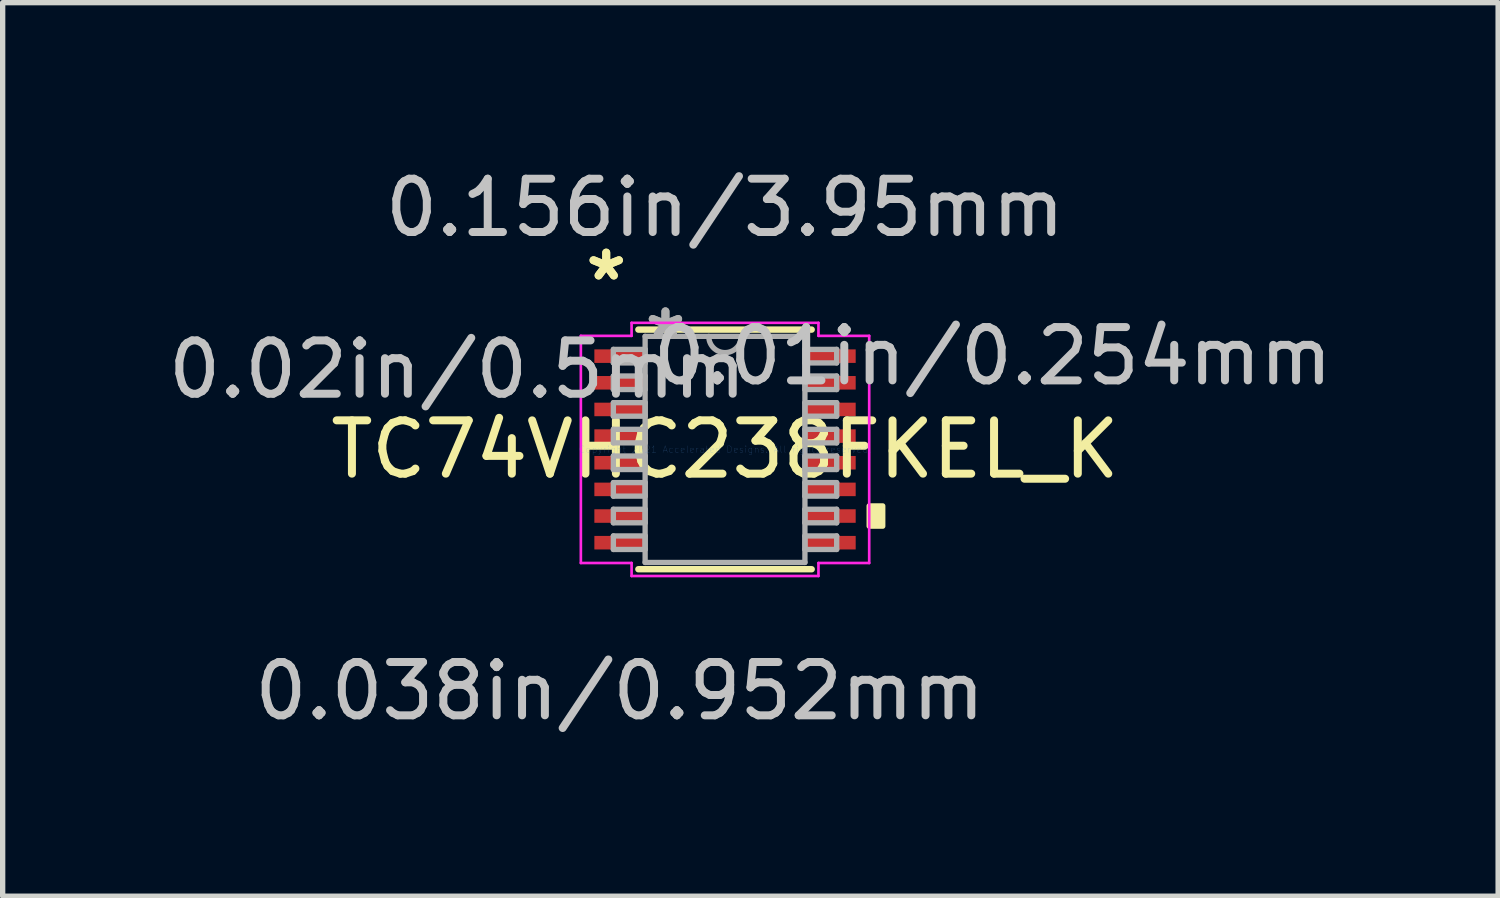
<source format=kicad_pcb>
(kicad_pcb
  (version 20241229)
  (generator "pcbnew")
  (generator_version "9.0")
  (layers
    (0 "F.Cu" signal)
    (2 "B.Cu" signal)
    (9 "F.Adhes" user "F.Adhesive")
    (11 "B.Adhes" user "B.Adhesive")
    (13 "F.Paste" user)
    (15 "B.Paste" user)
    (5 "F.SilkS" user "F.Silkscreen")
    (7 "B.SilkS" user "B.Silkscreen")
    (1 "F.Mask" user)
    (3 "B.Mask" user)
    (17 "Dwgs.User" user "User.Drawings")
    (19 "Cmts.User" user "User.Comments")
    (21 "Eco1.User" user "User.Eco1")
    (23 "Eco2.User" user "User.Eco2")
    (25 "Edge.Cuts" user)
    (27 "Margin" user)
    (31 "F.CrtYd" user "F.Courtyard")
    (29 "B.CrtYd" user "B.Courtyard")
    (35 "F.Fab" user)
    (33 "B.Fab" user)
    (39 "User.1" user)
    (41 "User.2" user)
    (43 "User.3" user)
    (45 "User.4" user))
  (footprint "TC74VHC238FKEL_K"
    (layer "F.Cu")
    (at 10.553 5.382)
    (property "Reference" "TC74VHC238FKEL_K" (at 0 0 0) (layer "F.SilkS") (effects (font (size 1 1) (thickness 0.15))))
    (attr through_hole)
    (fp_line (start -1.626 2.248) (end 1.626 2.248) (stroke (width 0.12) (type solid)) (layer "F.SilkS"))
    (fp_line (start 1.626 -2.248) (end -1.626 -2.248) (stroke (width 0.12) (type solid)) (layer "F.SilkS"))
    (fp_poly (pts (xy 2.959 1.06) (xy 2.959 1.44) (xy 2.705 1.44) (xy 2.705 1.06)) (stroke (width 0.1) (type solid)) (fill yes) (layer "F.SilkS"))
    (fp_line (start -2.705 -2.131) (end -1.753 -2.131) (stroke (width 0.05) (type solid)) (layer "F.CrtYd"))
    (fp_line (start -2.705 2.131) (end -2.705 -2.131) (stroke (width 0.05) (type solid)) (layer "F.CrtYd"))
    (fp_line (start -1.753 -2.375) (end 1.753 -2.375) (stroke (width 0.05) (type solid)) (layer "F.CrtYd"))
    (fp_line (start -1.753 -2.131) (end -1.753 -2.375) (stroke (width 0.05) (type solid)) (layer "F.CrtYd"))
    (fp_line (start -1.753 2.131) (end -2.705 2.131) (stroke (width 0.05) (type solid)) (layer "F.CrtYd"))
    (fp_line (start -1.753 2.375) (end -1.753 2.131) (stroke (width 0.05) (type solid)) (layer "F.CrtYd"))
    (fp_line (start 1.753 -2.375) (end 1.753 -2.131) (stroke (width 0.05) (type solid)) (layer "F.CrtYd"))
    (fp_line (start 1.753 -2.131) (end 2.705 -2.131) (stroke (width 0.05) (type solid)) (layer "F.CrtYd"))
    (fp_line (start 1.753 2.131) (end 1.753 2.375) (stroke (width 0.05) (type solid)) (layer "F.CrtYd"))
    (fp_line (start 1.753 2.375) (end -1.753 2.375) (stroke (width 0.05) (type solid)) (layer "F.CrtYd"))
    (fp_line (start 2.705 -2.131) (end 2.705 2.131) (stroke (width 0.05) (type solid)) (layer "F.CrtYd"))
    (fp_line (start 2.705 2.131) (end 1.753 2.131) (stroke (width 0.05) (type solid)) (layer "F.CrtYd"))
    (fp_line (start -2.095 -1.877) (end -2.095 -1.623) (stroke (width 0.1) (type solid)) (layer "F.Fab"))
    (fp_line (start -2.095 -1.623) (end -1.499 -1.623) (stroke (width 0.1) (type solid)) (layer "F.Fab"))
    (fp_line (start -2.095 -1.377) (end -2.095 -1.123) (stroke (width 0.1) (type solid)) (layer "F.Fab"))
    (fp_line (start -2.095 -1.123) (end -1.499 -1.123) (stroke (width 0.1) (type solid)) (layer "F.Fab"))
    (fp_line (start -2.095 -0.877) (end -2.095 -0.623) (stroke (width 0.1) (type solid)) (layer "F.Fab"))
    (fp_line (start -2.095 -0.623) (end -1.499 -0.623) (stroke (width 0.1) (type solid)) (layer "F.Fab"))
    (fp_line (start -2.095 -0.377) (end -2.095 -0.123) (stroke (width 0.1) (type solid)) (layer "F.Fab"))
    (fp_line (start -2.095 -0.123) (end -1.499 -0.123) (stroke (width 0.1) (type solid)) (layer "F.Fab"))
    (fp_line (start -2.095 0.123) (end -2.095 0.377) (stroke (width 0.1) (type solid)) (layer "F.Fab"))
    (fp_line (start -2.095 0.377) (end -1.499 0.377) (stroke (width 0.1) (type solid)) (layer "F.Fab"))
    (fp_line (start -2.095 0.623) (end -2.095 0.877) (stroke (width 0.1) (type solid)) (layer "F.Fab"))
    (fp_line (start -2.095 0.877) (end -1.499 0.877) (stroke (width 0.1) (type solid)) (layer "F.Fab"))
    (fp_line (start -2.095 1.123) (end -2.095 1.377) (stroke (width 0.1) (type solid)) (layer "F.Fab"))
    (fp_line (start -2.095 1.377) (end -1.499 1.377) (stroke (width 0.1) (type solid)) (layer "F.Fab"))
    (fp_line (start -2.095 1.623) (end -2.095 1.877) (stroke (width 0.1) (type solid)) (layer "F.Fab"))
    (fp_line (start -2.095 1.877) (end -1.499 1.877) (stroke (width 0.1) (type solid)) (layer "F.Fab"))
    (fp_line (start -1.499 -2.121) (end -1.499 2.121) (stroke (width 0.1) (type solid)) (layer "F.Fab"))
    (fp_line (start -1.499 -1.877) (end -2.095 -1.877) (stroke (width 0.1) (type solid)) (layer "F.Fab"))
    (fp_line (start -1.499 -1.623) (end -1.499 -1.877) (stroke (width 0.1) (type solid)) (layer "F.Fab"))
    (fp_line (start -1.499 -1.377) (end -2.095 -1.377) (stroke (width 0.1) (type solid)) (layer "F.Fab"))
    (fp_line (start -1.499 -1.123) (end -1.499 -1.377) (stroke (width 0.1) (type solid)) (layer "F.Fab"))
    (fp_line (start -1.499 -0.877) (end -2.095 -0.877) (stroke (width 0.1) (type solid)) (layer "F.Fab"))
    (fp_line (start -1.499 -0.623) (end -1.499 -0.877) (stroke (width 0.1) (type solid)) (layer "F.Fab"))
    (fp_line (start -1.499 -0.377) (end -2.095 -0.377) (stroke (width 0.1) (type solid)) (layer "F.Fab"))
    (fp_line (start -1.499 -0.123) (end -1.499 -0.377) (stroke (width 0.1) (type solid)) (layer "F.Fab"))
    (fp_line (start -1.499 0.123) (end -2.095 0.123) (stroke (width 0.1) (type solid)) (layer "F.Fab"))
    (fp_line (start -1.499 0.377) (end -1.499 0.123) (stroke (width 0.1) (type solid)) (layer "F.Fab"))
    (fp_line (start -1.499 0.623) (end -2.095 0.623) (stroke (width 0.1) (type solid)) (layer "F.Fab"))
    (fp_line (start -1.499 0.877) (end -1.499 0.623) (stroke (width 0.1) (type solid)) (layer "F.Fab"))
    (fp_line (start -1.499 1.123) (end -2.095 1.123) (stroke (width 0.1) (type solid)) (layer "F.Fab"))
    (fp_line (start -1.499 1.377) (end -1.499 1.123) (stroke (width 0.1) (type solid)) (layer "F.Fab"))
    (fp_line (start -1.499 1.623) (end -2.095 1.623) (stroke (width 0.1) (type solid)) (layer "F.Fab"))
    (fp_line (start -1.499 1.877) (end -1.499 1.623) (stroke (width 0.1) (type solid)) (layer "F.Fab"))
    (fp_line (start -1.499 2.121) (end 1.499 2.121) (stroke (width 0.1) (type solid)) (layer "F.Fab"))
    (fp_line (start 1.499 -2.121) (end -1.499 -2.121) (stroke (width 0.1) (type solid)) (layer "F.Fab"))
    (fp_line (start 1.499 -1.877) (end 1.499 -1.623) (stroke (width 0.1) (type solid)) (layer "F.Fab"))
    (fp_line (start 1.499 -1.623) (end 2.095 -1.623) (stroke (width 0.1) (type solid)) (layer "F.Fab"))
    (fp_line (start 1.499 -1.377) (end 1.499 -1.123) (stroke (width 0.1) (type solid)) (layer "F.Fab"))
    (fp_line (start 1.499 -1.123) (end 2.095 -1.123) (stroke (width 0.1) (type solid)) (layer "F.Fab"))
    (fp_line (start 1.499 -0.877) (end 1.499 -0.623) (stroke (width 0.1) (type solid)) (layer "F.Fab"))
    (fp_line (start 1.499 -0.623) (end 2.095 -0.623) (stroke (width 0.1) (type solid)) (layer "F.Fab"))
    (fp_line (start 1.499 -0.377) (end 1.499 -0.123) (stroke (width 0.1) (type solid)) (layer "F.Fab"))
    (fp_line (start 1.499 -0.123) (end 2.095 -0.123) (stroke (width 0.1) (type solid)) (layer "F.Fab"))
    (fp_line (start 1.499 0.123) (end 1.499 0.377) (stroke (width 0.1) (type solid)) (layer "F.Fab"))
    (fp_line (start 1.499 0.377) (end 2.095 0.377) (stroke (width 0.1) (type solid)) (layer "F.Fab"))
    (fp_line (start 1.499 0.623) (end 1.499 0.877) (stroke (width 0.1) (type solid)) (layer "F.Fab"))
    (fp_line (start 1.499 0.877) (end 2.095 0.877) (stroke (width 0.1) (type solid)) (layer "F.Fab"))
    (fp_line (start 1.499 1.123) (end 1.499 1.377) (stroke (width 0.1) (type solid)) (layer "F.Fab"))
    (fp_line (start 1.499 1.377) (end 2.095 1.377) (stroke (width 0.1) (type solid)) (layer "F.Fab"))
    (fp_line (start 1.499 1.623) (end 1.499 1.877) (stroke (width 0.1) (type solid)) (layer "F.Fab"))
    (fp_line (start 1.499 1.877) (end 2.095 1.877) (stroke (width 0.1) (type solid)) (layer "F.Fab"))
    (fp_line (start 1.499 2.121) (end 1.499 -2.121) (stroke (width 0.1) (type solid)) (layer "F.Fab"))
    (fp_line (start 2.095 -1.877) (end 1.499 -1.877) (stroke (width 0.1) (type solid)) (layer "F.Fab"))
    (fp_line (start 2.095 -1.623) (end 2.095 -1.877) (stroke (width 0.1) (type solid)) (layer "F.Fab"))
    (fp_line (start 2.095 -1.377) (end 1.499 -1.377) (stroke (width 0.1) (type solid)) (layer "F.Fab"))
    (fp_line (start 2.095 -1.123) (end 2.095 -1.377) (stroke (width 0.1) (type solid)) (layer "F.Fab"))
    (fp_line (start 2.095 -0.877) (end 1.499 -0.877) (stroke (width 0.1) (type solid)) (layer "F.Fab"))
    (fp_line (start 2.095 -0.623) (end 2.095 -0.877) (stroke (width 0.1) (type solid)) (layer "F.Fab"))
    (fp_line (start 2.095 -0.377) (end 1.499 -0.377) (stroke (width 0.1) (type solid)) (layer "F.Fab"))
    (fp_line (start 2.095 -0.123) (end 2.095 -0.377) (stroke (width 0.1) (type solid)) (layer "F.Fab"))
    (fp_line (start 2.095 0.123) (end 1.499 0.123) (stroke (width 0.1) (type solid)) (layer "F.Fab"))
    (fp_line (start 2.095 0.377) (end 2.095 0.123) (stroke (width 0.1) (type solid)) (layer "F.Fab"))
    (fp_line (start 2.095 0.623) (end 1.499 0.623) (stroke (width 0.1) (type solid)) (layer "F.Fab"))
    (fp_line (start 2.095 0.877) (end 2.095 0.623) (stroke (width 0.1) (type solid)) (layer "F.Fab"))
    (fp_line (start 2.095 1.123) (end 1.499 1.123) (stroke (width 0.1) (type solid)) (layer "F.Fab"))
    (fp_line (start 2.095 1.377) (end 2.095 1.123) (stroke (width 0.1) (type solid)) (layer "F.Fab"))
    (fp_line (start 2.095 1.623) (end 1.499 1.623) (stroke (width 0.1) (type solid)) (layer "F.Fab"))
    (fp_line (start 2.095 1.877) (end 2.095 1.623) (stroke (width 0.1) (type solid)) (layer "F.Fab"))
    (fp_arc (start 0.3048 -2.1209) (mid 0 -1.8161) (end -0.3048 -2.1209) (stroke (width 0.1) (type solid)) (layer "F.Fab"))
    (fp_text user "*" (at -2.229 -3.147 0) (layer "F.SilkS") (effects (font (size 1 1) (thickness 0.15))))
    (fp_text user "*" (at -2.229 -3.147 0) (layer "F.SilkS") (effects (font (size 1 1) (thickness 0.15))))
    (fp_text user "0.02in/0.5mm" (at -5.023 -1.5 0) (layer "Dwgs.User") (effects (font (size 1 1) (thickness 0.15))))
    (fp_text user "0.01in/0.254mm" (at 5.023 -1.75 0) (layer "Dwgs.User") (effects (font (size 1 1) (thickness 0.15))))
    (fp_text user "0.156in/3.95mm" (at 0 -4.534 0) (layer "Dwgs.User") (effects (font (size 1 1) (thickness 0.15))))
    (fp_text user "0.038in/0.952mm" (at -1.975 4.534 0) (layer "Dwgs.User") (effects (font (size 1 1) (thickness 0.15))))
    (fp_text user "Copyright 2021 Accelerated Designs. All rights reserved." (at 0 0 0) (layer "Cmts.User") (effects (font (size 0.127 0.127) (thickness 0.002))))
    (fp_text user "*" (at -1.118 -2.045 0) (layer "F.Fab") (effects (font (size 1 1) (thickness 0.15))))
    (fp_text user "*" (at -1.118 -2.045 0) (layer "F.Fab") (effects (font (size 1 1) (thickness 0.15))))
    (pad "1" smd rect (at -1.975 -1.75) (size 0.953 0.254) (layers "F.Cu" "F.Mask" "F.Paste"))
    (pad "2" smd rect (at -1.975 -1.25) (size 0.953 0.254) (layers "F.Cu" "F.Mask" "F.Paste"))
    (pad "3" smd rect (at -1.975 -0.75) (size 0.953 0.254) (layers "F.Cu" "F.Mask" "F.Paste"))
    (pad "4" smd rect (at -1.975 -0.25) (size 0.953 0.254) (layers "F.Cu" "F.Mask" "F.Paste"))
    (pad "5" smd rect (at -1.975 0.25) (size 0.953 0.254) (layers "F.Cu" "F.Mask" "F.Paste"))
    (pad "6" smd rect (at -1.975 0.75) (size 0.953 0.254) (layers "F.Cu" "F.Mask" "F.Paste"))
    (pad "7" smd rect (at -1.975 1.25) (size 0.953 0.254) (layers "F.Cu" "F.Mask" "F.Paste"))
    (pad "8" smd rect (at -1.975 1.75) (size 0.953 0.254) (layers "F.Cu" "F.Mask" "F.Paste"))
    (pad "9" smd rect (at 1.975 1.75) (size 0.953 0.254) (layers "F.Cu" "F.Mask" "F.Paste"))
    (pad "10" smd rect (at 1.975 1.25) (size 0.953 0.254) (layers "F.Cu" "F.Mask" "F.Paste"))
    (pad "11" smd rect (at 1.975 0.75) (size 0.953 0.254) (layers "F.Cu" "F.Mask" "F.Paste"))
    (pad "12" smd rect (at 1.975 0.25) (size 0.953 0.254) (layers "F.Cu" "F.Mask" "F.Paste"))
    (pad "13" smd rect (at 1.975 -0.25) (size 0.953 0.254) (layers "F.Cu" "F.Mask" "F.Paste"))
    (pad "14" smd rect (at 1.975 -0.75) (size 0.953 0.254) (layers "F.Cu" "F.Mask" "F.Paste"))
    (pad "15" smd rect (at 1.975 -1.25) (size 0.953 0.254) (layers "F.Cu" "F.Mask" "F.Paste"))
    (pad "16" smd rect (at 1.975 -1.75) (size 0.953 0.254) (layers "F.Cu" "F.Mask" "F.Paste")))
  (gr_rect
    (start -3 -3)
    (end 25.058 13.764)
    (stroke (width 0.1) (type default))
    (fill no)
    (layer "Edge.Cuts")))
</source>
